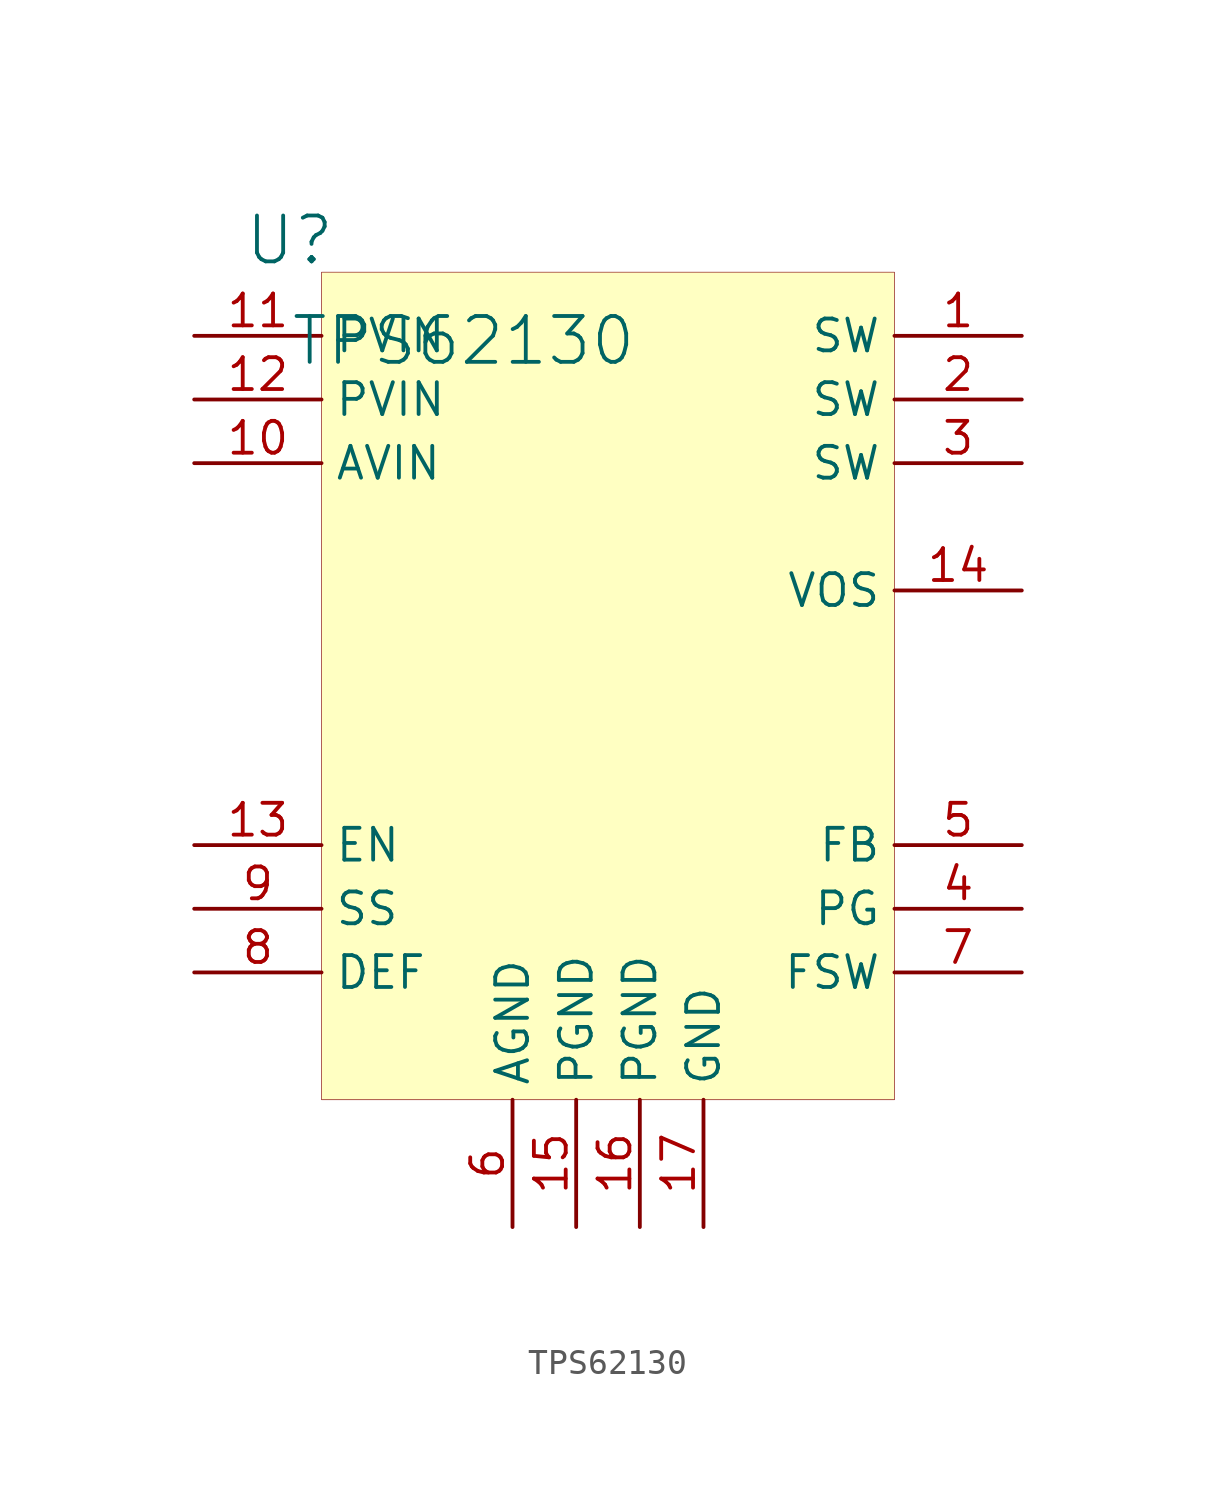
<source format=kicad_sym>
(kicad_symbol_lib
  (version 20231120)
  (generator "kicad_symbol_editor")
  (generator_version "8.0")
  (symbol "TPS62130"
    (property "Reference" "U"
      (at -1.27 1.27 0)
      (effects (font (size 1.829 1.829))))
    (property "Value" "TPS62130"
      (at -1.27 -3.81 0)
      (effects (font (size 1.829 1.829)) (justify left bottom)))
    (symbol "TPS62130_1_0"
      (rectangle (start 22.86 0) (end 0 -33.02) (stroke (width 0.025) (type solid) (color 128 0 0 1)) (fill (type background)))
      (pin passive line (at 27.94 -2.54 180) (length 5.08) (name "SW" (effects (font (size 1.27 1.27)))) (number "1" (effects (font (size 1.27 1.27)))))
      (pin passive line (at -5.08 -7.62 0) (length 5.08) (name "AVIN" (effects (font (size 1.27 1.27)))) (number "10" (effects (font (size 1.27 1.27)))))
      (pin passive line (at -5.08 -2.54 0) (length 5.08) (name "PVIN" (effects (font (size 1.27 1.27)))) (number "11" (effects (font (size 1.27 1.27)))))
      (pin passive line (at -5.08 -5.08 0) (length 5.08) (name "PVIN" (effects (font (size 1.27 1.27)))) (number "12" (effects (font (size 1.27 1.27)))))
      (pin passive line (at -5.08 -22.86 0) (length 5.08) (name "EN" (effects (font (size 1.27 1.27)))) (number "13" (effects (font (size 1.27 1.27)))))
      (pin passive line (at 27.94 -12.7 180) (length 5.08) (name "VOS" (effects (font (size 1.27 1.27)))) (number "14" (effects (font (size 1.27 1.27)))))
      (pin passive line (at 10.16 -38.1 90) (length 5.08) (name "PGND" (effects (font (size 1.27 1.27)))) (number "15" (effects (font (size 1.27 1.27)))))
      (pin passive line (at 12.7 -38.1 90) (length 5.08) (name "PGND" (effects (font (size 1.27 1.27)))) (number "16" (effects (font (size 1.27 1.27)))))
      (pin passive line (at 15.24 -38.1 90) (length 5.08) (name "GND" (effects (font (size 1.27 1.27)))) (number "17" (effects (font (size 1.27 1.27)))))
      (pin passive line (at 27.94 -5.08 180) (length 5.08) (name "SW" (effects (font (size 1.27 1.27)))) (number "2" (effects (font (size 1.27 1.27)))))
      (pin passive line (at 27.94 -7.62 180) (length 5.08) (name "SW" (effects (font (size 1.27 1.27)))) (number "3" (effects (font (size 1.27 1.27)))))
      (pin passive line (at 27.94 -25.4 180) (length 5.08) (name "PG" (effects (font (size 1.27 1.27)))) (number "4" (effects (font (size 1.27 1.27)))))
      (pin passive line (at 27.94 -22.86 180) (length 5.08) (name "FB" (effects (font (size 1.27 1.27)))) (number "5" (effects (font (size 1.27 1.27)))))
      (pin passive line (at 7.62 -38.1 90) (length 5.08) (name "AGND" (effects (font (size 1.27 1.27)))) (number "6" (effects (font (size 1.27 1.27)))))
      (pin passive line (at 27.94 -27.94 180) (length 5.08) (name "FSW" (effects (font (size 1.27 1.27)))) (number "7" (effects (font (size 1.27 1.27)))))
      (pin passive line (at -5.08 -27.94 0) (length 5.08) (name "DEF" (effects (font (size 1.27 1.27)))) (number "8" (effects (font (size 1.27 1.27)))))
      (pin passive line (at -5.08 -25.4 0) (length 5.08) (name "SS" (effects (font (size 1.27 1.27)))) (number "9" (effects (font (size 1.27 1.27))))))))
</source>
